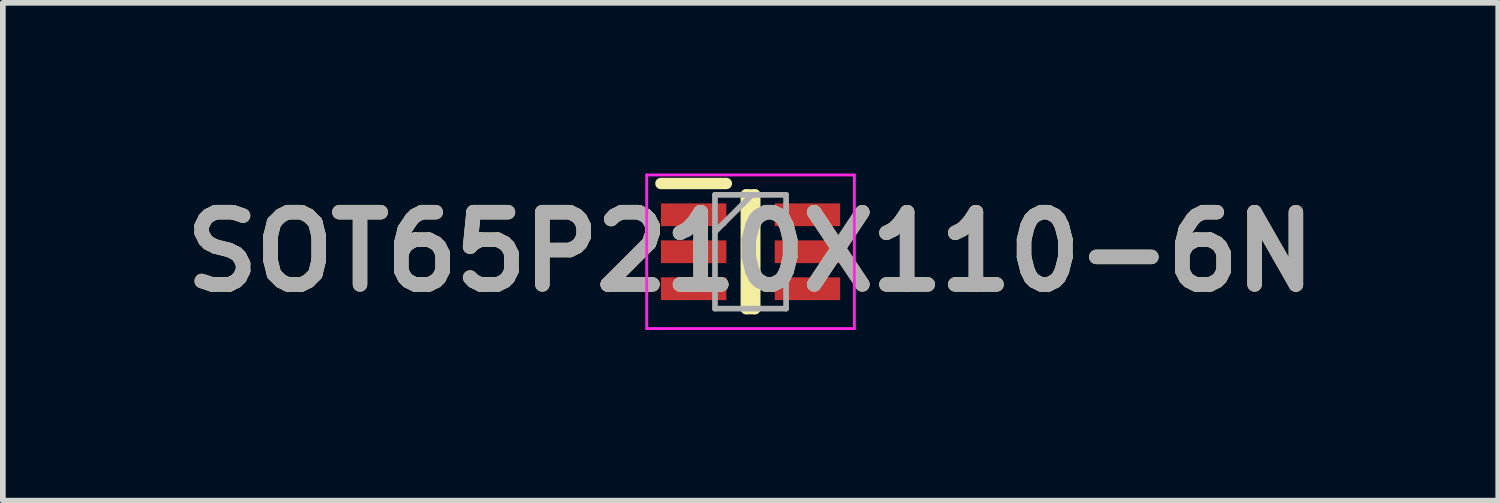
<source format=kicad_pcb>
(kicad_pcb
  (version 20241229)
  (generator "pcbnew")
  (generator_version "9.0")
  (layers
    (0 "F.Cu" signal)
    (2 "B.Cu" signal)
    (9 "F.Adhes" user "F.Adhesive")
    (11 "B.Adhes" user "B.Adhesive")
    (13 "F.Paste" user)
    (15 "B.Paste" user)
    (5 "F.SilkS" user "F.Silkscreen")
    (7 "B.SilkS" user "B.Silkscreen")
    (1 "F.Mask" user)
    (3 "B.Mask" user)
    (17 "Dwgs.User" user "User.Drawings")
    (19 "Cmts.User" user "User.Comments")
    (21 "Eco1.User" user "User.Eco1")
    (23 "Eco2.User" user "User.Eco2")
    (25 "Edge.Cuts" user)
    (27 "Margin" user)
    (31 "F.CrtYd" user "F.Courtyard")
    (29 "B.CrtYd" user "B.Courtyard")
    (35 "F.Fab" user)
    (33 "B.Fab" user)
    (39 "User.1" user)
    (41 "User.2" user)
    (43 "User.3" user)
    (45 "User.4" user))
  (footprint "SOT65P210X110-6N"
    (layer "F.Cu")
    (at 10.142 1.375)
    (property "Reference" "SOT65P210X110-6N" (at 0 0 0) (layer "F.SilkS") (effects (font (size 1.27 1.27) (thickness 0.254))))
    (attr smd)
    (fp_line (start -1.575 -1.2) (end -0.425 -1.2) (stroke (width 0.2) (type solid)) (layer "F.SilkS"))
    (fp_line (start -0.075 -1) (end 0.075 -1) (stroke (width 0.2) (type solid)) (layer "F.SilkS"))
    (fp_line (start -0.075 1) (end -0.075 -1) (stroke (width 0.2) (type solid)) (layer "F.SilkS"))
    (fp_line (start 0.075 -1) (end 0.075 1) (stroke (width 0.2) (type solid)) (layer "F.SilkS"))
    (fp_line (start 0.075 1) (end -0.075 1) (stroke (width 0.2) (type solid)) (layer "F.SilkS"))
    (fp_line (start -1.825 -1.35) (end 1.825 -1.35) (stroke (width 0.05) (type solid)) (layer "F.CrtYd"))
    (fp_line (start -1.825 1.35) (end -1.825 -1.35) (stroke (width 0.05) (type solid)) (layer "F.CrtYd"))
    (fp_line (start 1.825 -1.35) (end 1.825 1.35) (stroke (width 0.05) (type solid)) (layer "F.CrtYd"))
    (fp_line (start 1.825 1.35) (end -1.825 1.35) (stroke (width 0.05) (type solid)) (layer "F.CrtYd"))
    (fp_line (start -0.625 -1) (end 0.625 -1) (stroke (width 0.1) (type solid)) (layer "F.Fab"))
    (fp_line (start -0.625 -0.35) (end 0.025 -1) (stroke (width 0.1) (type solid)) (layer "F.Fab"))
    (fp_line (start -0.625 1) (end -0.625 -1) (stroke (width 0.1) (type solid)) (layer "F.Fab"))
    (fp_line (start 0.625 -1) (end 0.625 1) (stroke (width 0.1) (type solid)) (layer "F.Fab"))
    (fp_line (start 0.625 1) (end -0.625 1) (stroke (width 0.1) (type solid)) (layer "F.Fab"))
    (fp_text user "${REFERENCE}" (at 0 0 0) (layer "F.Fab") (effects (font (size 1.27 1.27) (thickness 0.254))))
    (pad "1" smd rect (at -1 -0.65 90) (size 0.4 1.15) (layers "F.Cu" "F.Mask" "F.Paste"))
    (pad "2" smd rect (at -1 0 90) (size 0.4 1.15) (layers "F.Cu" "F.Mask" "F.Paste"))
    (pad "3" smd rect (at -1 0.65 90) (size 0.4 1.15) (layers "F.Cu" "F.Mask" "F.Paste"))
    (pad "4" smd rect (at 1 0.65 90) (size 0.4 1.15) (layers "F.Cu" "F.Mask" "F.Paste"))
    (pad "5" smd rect (at 1 0 90) (size 0.4 1.15) (layers "F.Cu" "F.Mask" "F.Paste"))
    (pad "6" smd rect (at 1 -0.65 90) (size 0.4 1.15) (layers "F.Cu" "F.Mask" "F.Paste")))
  (gr_rect
    (start -3 -3)
    (end 23.284 5.75)
    (stroke (width 0.1) (type default))
    (fill no)
    (layer "Edge.Cuts")))
</source>
